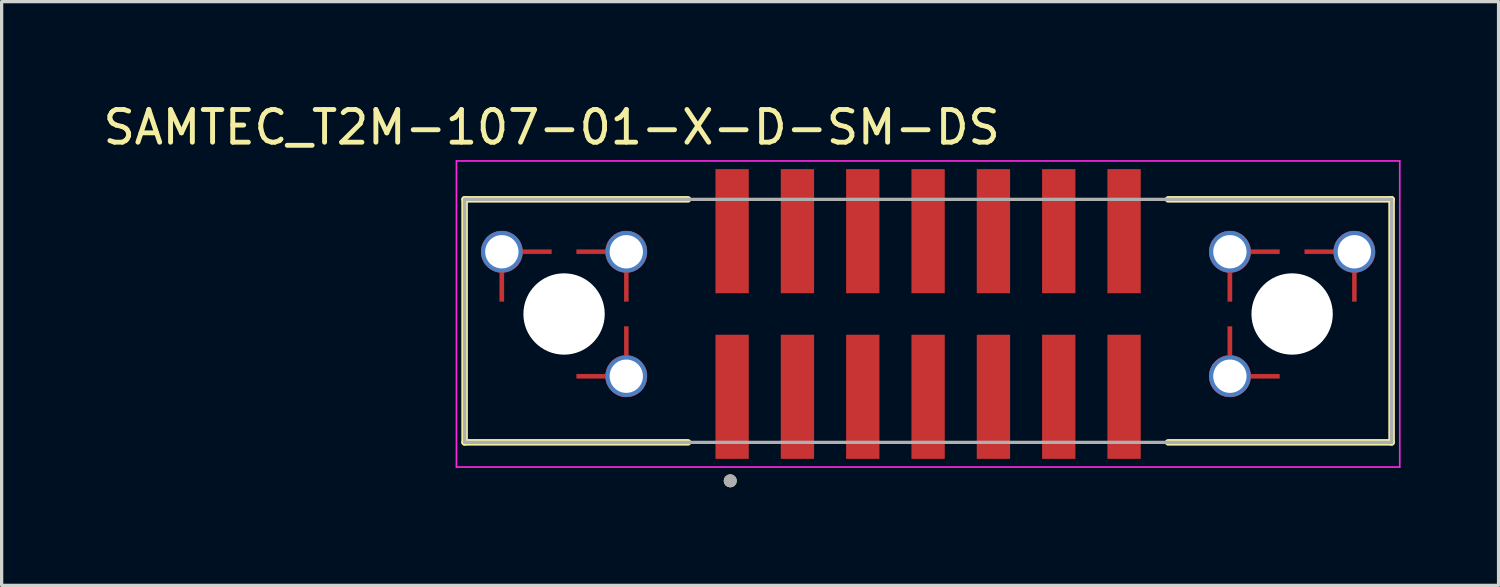
<source format=kicad_pcb>
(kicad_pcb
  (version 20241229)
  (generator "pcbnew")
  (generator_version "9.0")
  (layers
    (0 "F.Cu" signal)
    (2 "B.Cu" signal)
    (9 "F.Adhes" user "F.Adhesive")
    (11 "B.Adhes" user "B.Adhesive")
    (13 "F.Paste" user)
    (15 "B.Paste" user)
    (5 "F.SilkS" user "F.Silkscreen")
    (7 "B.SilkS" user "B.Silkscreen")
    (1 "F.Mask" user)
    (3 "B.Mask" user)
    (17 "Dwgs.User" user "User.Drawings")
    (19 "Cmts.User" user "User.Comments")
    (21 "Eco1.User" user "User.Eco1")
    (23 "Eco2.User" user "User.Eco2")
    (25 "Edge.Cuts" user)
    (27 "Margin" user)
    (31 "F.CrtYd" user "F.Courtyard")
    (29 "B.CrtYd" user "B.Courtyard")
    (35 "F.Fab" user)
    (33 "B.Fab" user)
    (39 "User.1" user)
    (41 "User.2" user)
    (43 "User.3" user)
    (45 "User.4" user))
  (footprint "SAMTEC_T2M-107-01-X-D-SM-DS"
    (layer "F.Cu")
    (at 25.364 6.563)
    (property "Reference" "SAMTEC_T2M-107-01-X-D-SM-DS" (at -11.525 -5.715 0) (layer "F.SilkS") (effects (font (size 1 1) (thickness 0.15))))
    (attr smd)
    (fp_poly (pts (xy -13.685 -1.905) (xy -13.684 -1.938) (xy -13.682 -1.971) (xy -13.677 -2.004) (xy -13.671 -2.037) (xy -13.663 -2.069) (xy -13.654 -2.101) (xy -13.643 -2.133) (xy -13.63 -2.163) (xy -13.616 -2.193) (xy -13.6 -2.223) (xy -13.583 -2.251) (xy -13.564 -2.278) (xy -13.543 -2.305) (xy -13.522 -2.33) (xy -13.499 -2.354) (xy -13.475 -2.377) (xy -13.45 -2.398) (xy -13.423 -2.419) (xy -13.396 -2.438) (xy -13.367 -2.455) (xy -13.338 -2.471) (xy -13.308 -2.485) (xy -13.278 -2.498) (xy -13.246 -2.509) (xy -13.214 -2.518) (xy -13.182 -2.526) (xy -13.149 -2.532) (xy -13.116 -2.537) (xy -13.083 -2.539) (xy -13.05 -2.54) (xy -12.985 -2.54) (xy -12.957 -2.536) (xy -12.928 -2.53) (xy -12.9 -2.524) (xy -12.872 -2.516) (xy -12.845 -2.507) (xy -12.818 -2.496) (xy -12.791 -2.485) (xy -12.765 -2.472) (xy -12.74 -2.458) (xy -12.715 -2.443) (xy -12.691 -2.427) (xy -12.667 -2.41) (xy -12.645 -2.392) (xy -12.623 -2.373) (xy -12.602 -2.353) (xy -12.582 -2.332) (xy -12.563 -2.31) (xy -12.545 -2.288) (xy -12.528 -2.264) (xy -12.512 -2.24) (xy -12.497 -2.215) (xy -12.483 -2.19) (xy -12.47 -2.164) (xy -12.459 -2.137) (xy -12.448 -2.11) (xy -12.439 -2.083) (xy -12.431 -2.055) (xy -12.425 -2.027) (xy -12.419 -1.998) (xy -12.415 -1.97) (xy -11.53 -1.97) (xy -11.53 -1.84) (xy -12.415 -1.84) (xy -12.419 -1.813) (xy -12.424 -1.784) (xy -12.43 -1.755) (xy -12.437 -1.727) (xy -12.446 -1.699) (xy -12.456 -1.672) (xy -12.468 -1.645) (xy -12.48 -1.619) (xy -12.494 -1.593) (xy -12.509 -1.568) (xy -12.525 -1.544) (xy -12.542 -1.52) (xy -12.56 -1.497) (xy -12.579 -1.476) (xy -12.599 -1.454) (xy -12.621 -1.434) (xy -12.642 -1.415) (xy -12.665 -1.397) (xy -12.689 -1.38) (xy -12.713 -1.364) (xy -12.738 -1.349) (xy -12.764 -1.335) (xy -12.79 -1.323) (xy -12.817 -1.311) (xy -12.844 -1.301) (xy -12.872 -1.292) (xy -12.9 -1.285) (xy -12.929 -1.279) (xy -12.958 -1.274) (xy -12.985 -1.27) (xy -12.985 -0.385) (xy -13.115 -0.385) (xy -13.115 -1.27) (xy -13.143 -1.274) (xy -13.172 -1.28) (xy -13.2 -1.286) (xy -13.228 -1.294) (xy -13.255 -1.303) (xy -13.282 -1.314) (xy -13.309 -1.325) (xy -13.335 -1.338) (xy -13.36 -1.352) (xy -13.385 -1.367) (xy -13.409 -1.383) (xy -13.433 -1.4) (xy -13.455 -1.418) (xy -13.477 -1.437) (xy -13.498 -1.457) (xy -13.518 -1.478) (xy -13.537 -1.5) (xy -13.555 -1.522) (xy -13.572 -1.546) (xy -13.588 -1.57) (xy -13.603 -1.595) (xy -13.617 -1.62) (xy -13.63 -1.646) (xy -13.641 -1.673) (xy -13.652 -1.7) (xy -13.661 -1.727) (xy -13.669 -1.755) (xy -13.675 -1.783) (xy -13.681 -1.812) (xy -13.685 -1.84) (xy -13.685 -1.905) (xy -13.56 -1.905) (xy -13.559 -1.878) (xy -13.557 -1.852) (xy -13.554 -1.825) (xy -13.549 -1.799) (xy -13.543 -1.773) (xy -13.535 -1.747) (xy -13.526 -1.722) (xy -13.516 -1.698) (xy -13.504 -1.673) (xy -13.492 -1.65) (xy -13.478 -1.627) (xy -13.463 -1.605) (xy -13.446 -1.584) (xy -13.429 -1.564) (xy -13.411 -1.544) (xy -13.391 -1.526) (xy -13.371 -1.509) (xy -13.35 -1.492) (xy -13.328 -1.477) (xy -13.305 -1.463) (xy -13.282 -1.451) (xy -13.257 -1.439) (xy -13.233 -1.429) (xy -13.208 -1.42) (xy -13.182 -1.412) (xy -13.156 -1.406) (xy -13.13 -1.401) (xy -13.103 -1.398) (xy -13.077 -1.396) (xy -13.05 -1.395) (xy -13.023 -1.396) (xy -12.997 -1.398) (xy -12.97 -1.401) (xy -12.944 -1.406) (xy -12.918 -1.412) (xy -12.892 -1.42) (xy -12.867 -1.429) (xy -12.843 -1.439) (xy -12.818 -1.451) (xy -12.795 -1.463) (xy -12.772 -1.477) (xy -12.75 -1.492) (xy -12.729 -1.509) (xy -12.709 -1.526) (xy -12.689 -1.544) (xy -12.671 -1.564) (xy -12.654 -1.584) (xy -12.637 -1.605) (xy -12.622 -1.627) (xy -12.608 -1.65) (xy -12.596 -1.673) (xy -12.584 -1.698) (xy -12.574 -1.722) (xy -12.565 -1.747) (xy -12.557 -1.773) (xy -12.551 -1.799) (xy -12.546 -1.825) (xy -12.543 -1.852) (xy -12.541 -1.878) (xy -12.54 -1.905) (xy -12.541 -1.932) (xy -12.543 -1.958) (xy -12.546 -1.985) (xy -12.551 -2.011) (xy -12.557 -2.037) (xy -12.565 -2.063) (xy -12.574 -2.088) (xy -12.584 -2.112) (xy -12.596 -2.137) (xy -12.608 -2.16) (xy -12.622 -2.183) (xy -12.637 -2.205) (xy -12.654 -2.226) (xy -12.671 -2.246) (xy -12.689 -2.266) (xy -12.709 -2.284) (xy -12.729 -2.301) (xy -12.75 -2.318) (xy -12.772 -2.333) (xy -12.795 -2.347) (xy -12.818 -2.359) (xy -12.843 -2.371) (xy -12.867 -2.381) (xy -12.892 -2.39) (xy -12.918 -2.398) (xy -12.944 -2.404) (xy -12.97 -2.409) (xy -12.997 -2.412) (xy -13.023 -2.414) (xy -13.05 -2.415) (xy -13.077 -2.414) (xy -13.103 -2.412) (xy -13.13 -2.409) (xy -13.156 -2.404) (xy -13.182 -2.398) (xy -13.208 -2.39) (xy -13.233 -2.381) (xy -13.257 -2.371) (xy -13.282 -2.359) (xy -13.305 -2.347) (xy -13.328 -2.333) (xy -13.35 -2.318) (xy -13.371 -2.301) (xy -13.391 -2.284) (xy -13.411 -2.266) (xy -13.429 -2.246) (xy -13.446 -2.226) (xy -13.463 -2.205) (xy -13.478 -2.183) (xy -13.492 -2.16) (xy -13.504 -2.137) (xy -13.516 -2.112) (xy -13.526 -2.088) (xy -13.535 -2.063) (xy -13.543 -2.037) (xy -13.549 -2.011) (xy -13.554 -1.985) (xy -13.557 -1.958) (xy -13.559 -1.932) (xy -13.56 -1.905) (xy -13.685 -1.905)) (stroke (width 0.01) (type solid)) (fill yes) (layer "F.Cu"))
    (fp_poly (pts (xy -8.605 -1.905) (xy -8.606 -1.938) (xy -8.608 -1.971) (xy -8.613 -2.004) (xy -8.619 -2.037) (xy -8.627 -2.069) (xy -8.636 -2.101) (xy -8.647 -2.133) (xy -8.66 -2.163) (xy -8.674 -2.193) (xy -8.69 -2.223) (xy -8.707 -2.251) (xy -8.726 -2.278) (xy -8.747 -2.305) (xy -8.768 -2.33) (xy -8.791 -2.354) (xy -8.815 -2.377) (xy -8.84 -2.398) (xy -8.867 -2.419) (xy -8.894 -2.438) (xy -8.922 -2.455) (xy -8.952 -2.471) (xy -8.982 -2.485) (xy -9.012 -2.498) (xy -9.044 -2.509) (xy -9.076 -2.518) (xy -9.108 -2.526) (xy -9.141 -2.532) (xy -9.174 -2.537) (xy -9.207 -2.539) (xy -9.24 -2.54) (xy -9.305 -2.54) (xy -9.333 -2.536) (xy -9.362 -2.53) (xy -9.39 -2.524) (xy -9.418 -2.516) (xy -9.445 -2.507) (xy -9.472 -2.496) (xy -9.499 -2.485) (xy -9.525 -2.472) (xy -9.55 -2.458) (xy -9.575 -2.443) (xy -9.599 -2.427) (xy -9.623 -2.41) (xy -9.645 -2.392) (xy -9.667 -2.373) (xy -9.688 -2.353) (xy -9.708 -2.332) (xy -9.727 -2.31) (xy -9.745 -2.288) (xy -9.762 -2.264) (xy -9.778 -2.24) (xy -9.793 -2.215) (xy -9.807 -2.19) (xy -9.82 -2.164) (xy -9.831 -2.137) (xy -9.842 -2.11) (xy -9.851 -2.083) (xy -9.859 -2.055) (xy -9.865 -2.027) (xy -9.871 -1.998) (xy -9.875 -1.97) (xy -10.76 -1.97) (xy -10.76 -1.84) (xy -9.875 -1.84) (xy -9.871 -1.813) (xy -9.866 -1.784) (xy -9.86 -1.755) (xy -9.853 -1.727) (xy -9.844 -1.699) (xy -9.834 -1.672) (xy -9.822 -1.645) (xy -9.81 -1.619) (xy -9.796 -1.593) (xy -9.781 -1.568) (xy -9.765 -1.544) (xy -9.748 -1.52) (xy -9.73 -1.497) (xy -9.711 -1.476) (xy -9.691 -1.454) (xy -9.669 -1.434) (xy -9.648 -1.415) (xy -9.625 -1.397) (xy -9.601 -1.38) (xy -9.577 -1.364) (xy -9.552 -1.349) (xy -9.526 -1.335) (xy -9.5 -1.323) (xy -9.473 -1.311) (xy -9.446 -1.301) (xy -9.418 -1.292) (xy -9.39 -1.285) (xy -9.361 -1.279) (xy -9.332 -1.274) (xy -9.305 -1.27) (xy -9.305 -0.385) (xy -9.175 -0.385) (xy -9.175 -1.27) (xy -9.147 -1.274) (xy -9.118 -1.28) (xy -9.09 -1.286) (xy -9.062 -1.294) (xy -9.035 -1.303) (xy -9.008 -1.314) (xy -8.981 -1.325) (xy -8.955 -1.338) (xy -8.93 -1.352) (xy -8.905 -1.367) (xy -8.881 -1.383) (xy -8.857 -1.4) (xy -8.835 -1.418) (xy -8.813 -1.437) (xy -8.792 -1.457) (xy -8.772 -1.478) (xy -8.753 -1.5) (xy -8.735 -1.522) (xy -8.718 -1.546) (xy -8.702 -1.57) (xy -8.687 -1.595) (xy -8.673 -1.62) (xy -8.66 -1.646) (xy -8.649 -1.673) (xy -8.638 -1.7) (xy -8.629 -1.727) (xy -8.621 -1.755) (xy -8.615 -1.783) (xy -8.609 -1.812) (xy -8.605 -1.84) (xy -8.605 -1.905) (xy -8.73 -1.905) (xy -8.731 -1.878) (xy -8.733 -1.852) (xy -8.736 -1.825) (xy -8.741 -1.799) (xy -8.747 -1.773) (xy -8.755 -1.747) (xy -8.764 -1.722) (xy -8.774 -1.698) (xy -8.786 -1.673) (xy -8.798 -1.65) (xy -8.812 -1.627) (xy -8.827 -1.605) (xy -8.844 -1.584) (xy -8.861 -1.564) (xy -8.879 -1.544) (xy -8.899 -1.526) (xy -8.919 -1.509) (xy -8.94 -1.492) (xy -8.962 -1.477) (xy -8.985 -1.463) (xy -9.008 -1.451) (xy -9.033 -1.439) (xy -9.057 -1.429) (xy -9.082 -1.42) (xy -9.108 -1.412) (xy -9.134 -1.406) (xy -9.16 -1.401) (xy -9.187 -1.398) (xy -9.213 -1.396) (xy -9.24 -1.395) (xy -9.267 -1.396) (xy -9.293 -1.398) (xy -9.32 -1.401) (xy -9.346 -1.406) (xy -9.372 -1.412) (xy -9.398 -1.42) (xy -9.423 -1.429) (xy -9.447 -1.439) (xy -9.472 -1.451) (xy -9.495 -1.463) (xy -9.518 -1.477) (xy -9.54 -1.492) (xy -9.561 -1.509) (xy -9.581 -1.526) (xy -9.601 -1.544) (xy -9.619 -1.564) (xy -9.636 -1.584) (xy -9.653 -1.605) (xy -9.668 -1.627) (xy -9.682 -1.65) (xy -9.694 -1.673) (xy -9.706 -1.698) (xy -9.716 -1.722) (xy -9.725 -1.747) (xy -9.733 -1.773) (xy -9.739 -1.799) (xy -9.744 -1.825) (xy -9.747 -1.852) (xy -9.749 -1.878) (xy -9.75 -1.905) (xy -9.749 -1.932) (xy -9.747 -1.958) (xy -9.744 -1.985) (xy -9.739 -2.011) (xy -9.733 -2.037) (xy -9.725 -2.063) (xy -9.716 -2.088) (xy -9.706 -2.112) (xy -9.694 -2.137) (xy -9.682 -2.16) (xy -9.668 -2.183) (xy -9.653 -2.205) (xy -9.636 -2.226) (xy -9.619 -2.246) (xy -9.601 -2.266) (xy -9.581 -2.284) (xy -9.561 -2.301) (xy -9.54 -2.318) (xy -9.518 -2.333) (xy -9.495 -2.347) (xy -9.472 -2.359) (xy -9.447 -2.371) (xy -9.423 -2.381) (xy -9.398 -2.39) (xy -9.372 -2.398) (xy -9.346 -2.404) (xy -9.32 -2.409) (xy -9.293 -2.412) (xy -9.267 -2.414) (xy -9.24 -2.415) (xy -9.213 -2.414) (xy -9.187 -2.412) (xy -9.16 -2.409) (xy -9.134 -2.404) (xy -9.108 -2.398) (xy -9.082 -2.39) (xy -9.057 -2.381) (xy -9.033 -2.371) (xy -9.008 -2.359) (xy -8.985 -2.347) (xy -8.962 -2.333) (xy -8.94 -2.318) (xy -8.919 -2.301) (xy -8.899 -2.284) (xy -8.879 -2.266) (xy -8.861 -2.246) (xy -8.844 -2.226) (xy -8.827 -2.205) (xy -8.812 -2.183) (xy -8.798 -2.16) (xy -8.786 -2.137) (xy -8.774 -2.112) (xy -8.764 -2.088) (xy -8.755 -2.063) (xy -8.747 -2.037) (xy -8.741 -2.011) (xy -8.736 -1.985) (xy -8.733 -1.958) (xy -8.731 -1.932) (xy -8.73 -1.905) (xy -8.605 -1.905)) (stroke (width 0.01) (type solid)) (fill yes) (layer "F.Cu"))
    (fp_poly (pts (xy -8.605 1.905) (xy -8.606 1.938) (xy -8.608 1.971) (xy -8.613 2.004) (xy -8.619 2.037) (xy -8.627 2.069) (xy -8.636 2.101) (xy -8.647 2.133) (xy -8.66 2.163) (xy -8.674 2.193) (xy -8.69 2.223) (xy -8.707 2.251) (xy -8.726 2.278) (xy -8.747 2.305) (xy -8.768 2.33) (xy -8.791 2.354) (xy -8.815 2.377) (xy -8.84 2.398) (xy -8.867 2.419) (xy -8.894 2.438) (xy -8.922 2.455) (xy -8.952 2.471) (xy -8.982 2.485) (xy -9.012 2.498) (xy -9.044 2.509) (xy -9.076 2.518) (xy -9.108 2.526) (xy -9.141 2.532) (xy -9.174 2.537) (xy -9.207 2.539) (xy -9.24 2.54) (xy -9.305 2.54) (xy -9.333 2.536) (xy -9.362 2.53) (xy -9.39 2.524) (xy -9.418 2.516) (xy -9.445 2.507) (xy -9.472 2.496) (xy -9.499 2.485) (xy -9.525 2.472) (xy -9.55 2.458) (xy -9.575 2.443) (xy -9.599 2.427) (xy -9.623 2.41) (xy -9.645 2.392) (xy -9.667 2.373) (xy -9.688 2.353) (xy -9.708 2.332) (xy -9.727 2.31) (xy -9.745 2.288) (xy -9.762 2.264) (xy -9.778 2.24) (xy -9.793 2.215) (xy -9.807 2.19) (xy -9.82 2.164) (xy -9.831 2.137) (xy -9.842 2.11) (xy -9.851 2.083) (xy -9.859 2.055) (xy -9.865 2.027) (xy -9.871 1.998) (xy -9.875 1.97) (xy -10.76 1.97) (xy -10.76 1.84) (xy -9.875 1.84) (xy -9.871 1.813) (xy -9.866 1.784) (xy -9.86 1.755) (xy -9.853 1.727) (xy -9.844 1.699) (xy -9.834 1.672) (xy -9.822 1.645) (xy -9.81 1.619) (xy -9.796 1.593) (xy -9.781 1.568) (xy -9.765 1.544) (xy -9.748 1.52) (xy -9.73 1.497) (xy -9.711 1.476) (xy -9.691 1.454) (xy -9.669 1.434) (xy -9.648 1.415) (xy -9.625 1.397) (xy -9.601 1.38) (xy -9.577 1.364) (xy -9.552 1.349) (xy -9.526 1.335) (xy -9.5 1.323) (xy -9.473 1.311) (xy -9.446 1.301) (xy -9.418 1.292) (xy -9.39 1.285) (xy -9.361 1.279) (xy -9.332 1.274) (xy -9.305 1.27) (xy -9.305 0.385) (xy -9.175 0.385) (xy -9.175 1.27) (xy -9.147 1.274) (xy -9.118 1.28) (xy -9.09 1.286) (xy -9.062 1.294) (xy -9.035 1.303) (xy -9.008 1.314) (xy -8.981 1.325) (xy -8.955 1.338) (xy -8.93 1.352) (xy -8.905 1.367) (xy -8.881 1.383) (xy -8.857 1.4) (xy -8.835 1.418) (xy -8.813 1.437) (xy -8.792 1.457) (xy -8.772 1.478) (xy -8.753 1.5) (xy -8.735 1.522) (xy -8.718 1.546) (xy -8.702 1.57) (xy -8.687 1.595) (xy -8.673 1.62) (xy -8.66 1.646) (xy -8.649 1.673) (xy -8.638 1.7) (xy -8.629 1.727) (xy -8.621 1.755) (xy -8.615 1.783) (xy -8.609 1.812) (xy -8.605 1.84) (xy -8.605 1.905) (xy -8.73 1.905) (xy -8.731 1.878) (xy -8.733 1.852) (xy -8.736 1.825) (xy -8.741 1.799) (xy -8.747 1.773) (xy -8.755 1.747) (xy -8.764 1.722) (xy -8.774 1.698) (xy -8.786 1.673) (xy -8.798 1.65) (xy -8.812 1.627) (xy -8.827 1.605) (xy -8.844 1.584) (xy -8.861 1.564) (xy -8.879 1.544) (xy -8.899 1.526) (xy -8.919 1.509) (xy -8.94 1.492) (xy -8.962 1.477) (xy -8.985 1.463) (xy -9.008 1.451) (xy -9.033 1.439) (xy -9.057 1.429) (xy -9.082 1.42) (xy -9.108 1.412) (xy -9.134 1.406) (xy -9.16 1.401) (xy -9.187 1.398) (xy -9.213 1.396) (xy -9.24 1.395) (xy -9.267 1.396) (xy -9.293 1.398) (xy -9.32 1.401) (xy -9.346 1.406) (xy -9.372 1.412) (xy -9.398 1.42) (xy -9.423 1.429) (xy -9.447 1.439) (xy -9.472 1.451) (xy -9.495 1.463) (xy -9.518 1.477) (xy -9.54 1.492) (xy -9.561 1.509) (xy -9.581 1.526) (xy -9.601 1.544) (xy -9.619 1.564) (xy -9.636 1.584) (xy -9.653 1.605) (xy -9.668 1.627) (xy -9.682 1.65) (xy -9.694 1.673) (xy -9.706 1.698) (xy -9.716 1.722) (xy -9.725 1.747) (xy -9.733 1.773) (xy -9.739 1.799) (xy -9.744 1.825) (xy -9.747 1.852) (xy -9.749 1.878) (xy -9.75 1.905) (xy -9.749 1.932) (xy -9.747 1.958) (xy -9.744 1.985) (xy -9.739 2.011) (xy -9.733 2.037) (xy -9.725 2.063) (xy -9.716 2.088) (xy -9.706 2.112) (xy -9.694 2.137) (xy -9.682 2.16) (xy -9.668 2.183) (xy -9.653 2.205) (xy -9.636 2.226) (xy -9.619 2.246) (xy -9.601 2.266) (xy -9.581 2.284) (xy -9.561 2.301) (xy -9.54 2.318) (xy -9.518 2.333) (xy -9.495 2.347) (xy -9.472 2.359) (xy -9.447 2.371) (xy -9.423 2.381) (xy -9.398 2.39) (xy -9.372 2.398) (xy -9.346 2.404) (xy -9.32 2.409) (xy -9.293 2.412) (xy -9.267 2.414) (xy -9.24 2.415) (xy -9.213 2.414) (xy -9.187 2.412) (xy -9.16 2.409) (xy -9.134 2.404) (xy -9.108 2.398) (xy -9.082 2.39) (xy -9.057 2.381) (xy -9.033 2.371) (xy -9.008 2.359) (xy -8.985 2.347) (xy -8.962 2.333) (xy -8.94 2.318) (xy -8.919 2.301) (xy -8.899 2.284) (xy -8.879 2.266) (xy -8.861 2.246) (xy -8.844 2.226) (xy -8.827 2.205) (xy -8.812 2.183) (xy -8.798 2.16) (xy -8.786 2.137) (xy -8.774 2.112) (xy -8.764 2.088) (xy -8.755 2.063) (xy -8.747 2.037) (xy -8.741 2.011) (xy -8.736 1.985) (xy -8.733 1.958) (xy -8.731 1.932) (xy -8.73 1.905) (xy -8.605 1.905)) (stroke (width 0.01) (type solid)) (fill yes) (layer "F.Cu"))
    (fp_poly (pts (xy 8.605 -1.905) (xy 8.606 -1.938) (xy 8.608 -1.971) (xy 8.613 -2.004) (xy 8.619 -2.037) (xy 8.627 -2.069) (xy 8.636 -2.101) (xy 8.647 -2.133) (xy 8.66 -2.163) (xy 8.674 -2.193) (xy 8.69 -2.223) (xy 8.707 -2.251) (xy 8.726 -2.278) (xy 8.747 -2.305) (xy 8.768 -2.33) (xy 8.791 -2.354) (xy 8.815 -2.377) (xy 8.84 -2.398) (xy 8.867 -2.419) (xy 8.894 -2.438) (xy 8.923 -2.455) (xy 8.952 -2.471) (xy 8.982 -2.485) (xy 9.012 -2.498) (xy 9.044 -2.509) (xy 9.076 -2.518) (xy 9.108 -2.526) (xy 9.141 -2.532) (xy 9.174 -2.537) (xy 9.207 -2.539) (xy 9.24 -2.54) (xy 9.305 -2.54) (xy 9.333 -2.536) (xy 9.362 -2.53) (xy 9.39 -2.524) (xy 9.418 -2.516) (xy 9.445 -2.507) (xy 9.472 -2.496) (xy 9.499 -2.485) (xy 9.525 -2.472) (xy 9.55 -2.458) (xy 9.575 -2.443) (xy 9.599 -2.427) (xy 9.623 -2.41) (xy 9.645 -2.392) (xy 9.667 -2.373) (xy 9.688 -2.353) (xy 9.708 -2.332) (xy 9.727 -2.31) (xy 9.745 -2.288) (xy 9.762 -2.264) (xy 9.778 -2.24) (xy 9.793 -2.215) (xy 9.807 -2.19) (xy 9.82 -2.164) (xy 9.831 -2.137) (xy 9.842 -2.11) (xy 9.851 -2.083) (xy 9.859 -2.055) (xy 9.865 -2.027) (xy 9.871 -1.998) (xy 9.875 -1.97) (xy 10.76 -1.97) (xy 10.76 -1.84) (xy 9.875 -1.84) (xy 9.871 -1.813) (xy 9.866 -1.784) (xy 9.86 -1.755) (xy 9.853 -1.727) (xy 9.844 -1.699) (xy 9.834 -1.672) (xy 9.822 -1.645) (xy 9.81 -1.619) (xy 9.796 -1.593) (xy 9.781 -1.568) (xy 9.765 -1.544) (xy 9.748 -1.52) (xy 9.73 -1.497) (xy 9.711 -1.476) (xy 9.691 -1.454) (xy 9.669 -1.434) (xy 9.648 -1.415) (xy 9.625 -1.397) (xy 9.601 -1.38) (xy 9.577 -1.364) (xy 9.552 -1.349) (xy 9.526 -1.335) (xy 9.5 -1.323) (xy 9.473 -1.311) (xy 9.446 -1.301) (xy 9.418 -1.292) (xy 9.39 -1.285) (xy 9.361 -1.279) (xy 9.332 -1.274) (xy 9.305 -1.27) (xy 9.305 -0.385) (xy 9.175 -0.385) (xy 9.175 -1.27) (xy 9.147 -1.274) (xy 9.118 -1.28) (xy 9.09 -1.286) (xy 9.062 -1.294) (xy 9.035 -1.303) (xy 9.008 -1.314) (xy 8.981 -1.325) (xy 8.955 -1.338) (xy 8.93 -1.352) (xy 8.905 -1.367) (xy 8.881 -1.383) (xy 8.857 -1.4) (xy 8.835 -1.418) (xy 8.813 -1.437) (xy 8.792 -1.457) (xy 8.772 -1.478) (xy 8.753 -1.5) (xy 8.735 -1.522) (xy 8.718 -1.546) (xy 8.702 -1.57) (xy 8.687 -1.595) (xy 8.673 -1.62) (xy 8.66 -1.646) (xy 8.649 -1.673) (xy 8.638 -1.7) (xy 8.629 -1.727) (xy 8.621 -1.755) (xy 8.615 -1.783) (xy 8.609 -1.812) (xy 8.605 -1.84) (xy 8.605 -1.905) (xy 8.73 -1.905) (xy 8.731 -1.878) (xy 8.733 -1.852) (xy 8.736 -1.825) (xy 8.741 -1.799) (xy 8.747 -1.773) (xy 8.755 -1.747) (xy 8.764 -1.722) (xy 8.774 -1.698) (xy 8.786 -1.673) (xy 8.798 -1.65) (xy 8.812 -1.627) (xy 8.827 -1.605) (xy 8.844 -1.584) (xy 8.861 -1.564) (xy 8.879 -1.544) (xy 8.899 -1.526) (xy 8.919 -1.509) (xy 8.94 -1.492) (xy 8.962 -1.477) (xy 8.985 -1.463) (xy 9.008 -1.451) (xy 9.033 -1.439) (xy 9.057 -1.429) (xy 9.082 -1.42) (xy 9.108 -1.412) (xy 9.134 -1.406) (xy 9.16 -1.401) (xy 9.187 -1.398) (xy 9.213 -1.396) (xy 9.24 -1.395) (xy 9.267 -1.396) (xy 9.293 -1.398) (xy 9.32 -1.401) (xy 9.346 -1.406) (xy 9.372 -1.412) (xy 9.398 -1.42) (xy 9.423 -1.429) (xy 9.447 -1.439) (xy 9.472 -1.451) (xy 9.495 -1.463) (xy 9.518 -1.477) (xy 9.54 -1.492) (xy 9.561 -1.509) (xy 9.581 -1.526) (xy 9.601 -1.544) (xy 9.619 -1.564) (xy 9.636 -1.584) (xy 9.653 -1.605) (xy 9.668 -1.627) (xy 9.682 -1.65) (xy 9.694 -1.673) (xy 9.706 -1.698) (xy 9.716 -1.722) (xy 9.725 -1.747) (xy 9.733 -1.773) (xy 9.739 -1.799) (xy 9.744 -1.825) (xy 9.747 -1.852) (xy 9.749 -1.878) (xy 9.75 -1.905) (xy 9.749 -1.932) (xy 9.747 -1.958) (xy 9.744 -1.985) (xy 9.739 -2.011) (xy 9.733 -2.037) (xy 9.725 -2.063) (xy 9.716 -2.088) (xy 9.706 -2.112) (xy 9.694 -2.137) (xy 9.682 -2.16) (xy 9.668 -2.183) (xy 9.653 -2.205) (xy 9.636 -2.226) (xy 9.619 -2.246) (xy 9.601 -2.266) (xy 9.581 -2.284) (xy 9.561 -2.301) (xy 9.54 -2.318) (xy 9.518 -2.333) (xy 9.495 -2.347) (xy 9.472 -2.359) (xy 9.447 -2.371) (xy 9.423 -2.381) (xy 9.398 -2.39) (xy 9.372 -2.398) (xy 9.346 -2.404) (xy 9.32 -2.409) (xy 9.293 -2.412) (xy 9.267 -2.414) (xy 9.24 -2.415) (xy 9.213 -2.414) (xy 9.187 -2.412) (xy 9.16 -2.409) (xy 9.134 -2.404) (xy 9.108 -2.398) (xy 9.082 -2.39) (xy 9.057 -2.381) (xy 9.033 -2.371) (xy 9.008 -2.359) (xy 8.985 -2.347) (xy 8.962 -2.333) (xy 8.94 -2.318) (xy 8.919 -2.301) (xy 8.899 -2.284) (xy 8.879 -2.266) (xy 8.861 -2.246) (xy 8.844 -2.226) (xy 8.827 -2.205) (xy 8.812 -2.183) (xy 8.798 -2.16) (xy 8.786 -2.137) (xy 8.774 -2.112) (xy 8.764 -2.088) (xy 8.755 -2.063) (xy 8.747 -2.037) (xy 8.741 -2.011) (xy 8.736 -1.985) (xy 8.733 -1.958) (xy 8.731 -1.932) (xy 8.73 -1.905) (xy 8.605 -1.905)) (stroke (width 0.01) (type solid)) (fill yes) (layer "F.Cu"))
    (fp_poly (pts (xy 8.605 1.905) (xy 8.606 1.938) (xy 8.608 1.971) (xy 8.613 2.004) (xy 8.619 2.037) (xy 8.627 2.069) (xy 8.636 2.101) (xy 8.647 2.133) (xy 8.66 2.163) (xy 8.674 2.193) (xy 8.69 2.223) (xy 8.707 2.251) (xy 8.726 2.278) (xy 8.747 2.305) (xy 8.768 2.33) (xy 8.791 2.354) (xy 8.815 2.377) (xy 8.84 2.398) (xy 8.867 2.419) (xy 8.894 2.438) (xy 8.922 2.455) (xy 8.952 2.471) (xy 8.982 2.485) (xy 9.012 2.498) (xy 9.044 2.509) (xy 9.076 2.518) (xy 9.108 2.526) (xy 9.141 2.532) (xy 9.174 2.537) (xy 9.207 2.539) (xy 9.24 2.54) (xy 9.305 2.54) (xy 9.333 2.536) (xy 9.362 2.53) (xy 9.39 2.524) (xy 9.418 2.516) (xy 9.445 2.507) (xy 9.472 2.496) (xy 9.499 2.485) (xy 9.525 2.472) (xy 9.55 2.458) (xy 9.575 2.443) (xy 9.599 2.427) (xy 9.623 2.41) (xy 9.645 2.392) (xy 9.667 2.373) (xy 9.688 2.353) (xy 9.708 2.332) (xy 9.727 2.31) (xy 9.745 2.288) (xy 9.762 2.264) (xy 9.778 2.24) (xy 9.793 2.215) (xy 9.807 2.19) (xy 9.82 2.164) (xy 9.831 2.137) (xy 9.842 2.11) (xy 9.851 2.083) (xy 9.859 2.055) (xy 9.865 2.027) (xy 9.871 1.998) (xy 9.875 1.97) (xy 10.76 1.97) (xy 10.76 1.84) (xy 9.875 1.84) (xy 9.871 1.813) (xy 9.866 1.784) (xy 9.86 1.755) (xy 9.853 1.727) (xy 9.844 1.699) (xy 9.834 1.672) (xy 9.822 1.645) (xy 9.81 1.619) (xy 9.796 1.593) (xy 9.781 1.568) (xy 9.765 1.544) (xy 9.748 1.52) (xy 9.73 1.497) (xy 9.711 1.476) (xy 9.691 1.454) (xy 9.669 1.434) (xy 9.648 1.415) (xy 9.625 1.397) (xy 9.601 1.38) (xy 9.577 1.364) (xy 9.552 1.349) (xy 9.526 1.335) (xy 9.5 1.323) (xy 9.473 1.311) (xy 9.446 1.301) (xy 9.418 1.292) (xy 9.39 1.285) (xy 9.361 1.279) (xy 9.332 1.274) (xy 9.305 1.27) (xy 9.305 0.385) (xy 9.175 0.385) (xy 9.175 1.27) (xy 9.147 1.274) (xy 9.118 1.28) (xy 9.09 1.286) (xy 9.062 1.294) (xy 9.035 1.303) (xy 9.008 1.314) (xy 8.981 1.325) (xy 8.955 1.338) (xy 8.93 1.352) (xy 8.905 1.367) (xy 8.881 1.383) (xy 8.857 1.4) (xy 8.835 1.418) (xy 8.813 1.437) (xy 8.792 1.457) (xy 8.772 1.478) (xy 8.753 1.5) (xy 8.735 1.522) (xy 8.718 1.546) (xy 8.702 1.57) (xy 8.687 1.595) (xy 8.673 1.62) (xy 8.66 1.646) (xy 8.649 1.673) (xy 8.638 1.7) (xy 8.629 1.727) (xy 8.621 1.755) (xy 8.615 1.783) (xy 8.609 1.812) (xy 8.605 1.84) (xy 8.605 1.905) (xy 8.73 1.905) (xy 8.731 1.878) (xy 8.733 1.852) (xy 8.736 1.825) (xy 8.741 1.799) (xy 8.747 1.773) (xy 8.755 1.747) (xy 8.764 1.722) (xy 8.774 1.698) (xy 8.786 1.673) (xy 8.798 1.65) (xy 8.812 1.627) (xy 8.827 1.605) (xy 8.844 1.584) (xy 8.861 1.564) (xy 8.879 1.544) (xy 8.899 1.526) (xy 8.919 1.509) (xy 8.94 1.492) (xy 8.962 1.477) (xy 8.985 1.463) (xy 9.008 1.451) (xy 9.033 1.439) (xy 9.057 1.429) (xy 9.082 1.42) (xy 9.108 1.412) (xy 9.134 1.406) (xy 9.16 1.401) (xy 9.187 1.398) (xy 9.213 1.396) (xy 9.24 1.395) (xy 9.267 1.396) (xy 9.293 1.398) (xy 9.32 1.401) (xy 9.346 1.406) (xy 9.372 1.412) (xy 9.398 1.42) (xy 9.423 1.429) (xy 9.447 1.439) (xy 9.472 1.451) (xy 9.495 1.463) (xy 9.518 1.477) (xy 9.54 1.492) (xy 9.561 1.509) (xy 9.581 1.526) (xy 9.601 1.544) (xy 9.619 1.564) (xy 9.636 1.584) (xy 9.653 1.605) (xy 9.668 1.627) (xy 9.682 1.65) (xy 9.694 1.673) (xy 9.706 1.698) (xy 9.716 1.722) (xy 9.725 1.747) (xy 9.733 1.773) (xy 9.739 1.799) (xy 9.744 1.825) (xy 9.747 1.852) (xy 9.749 1.878) (xy 9.75 1.905) (xy 9.749 1.932) (xy 9.747 1.958) (xy 9.744 1.985) (xy 9.739 2.011) (xy 9.733 2.037) (xy 9.725 2.063) (xy 9.716 2.088) (xy 9.706 2.112) (xy 9.694 2.137) (xy 9.682 2.16) (xy 9.668 2.183) (xy 9.653 2.205) (xy 9.636 2.226) (xy 9.619 2.246) (xy 9.601 2.266) (xy 9.581 2.284) (xy 9.561 2.301) (xy 9.54 2.318) (xy 9.518 2.333) (xy 9.495 2.347) (xy 9.472 2.359) (xy 9.447 2.371) (xy 9.423 2.381) (xy 9.398 2.39) (xy 9.372 2.398) (xy 9.346 2.404) (xy 9.32 2.409) (xy 9.293 2.412) (xy 9.267 2.414) (xy 9.24 2.415) (xy 9.213 2.414) (xy 9.187 2.412) (xy 9.16 2.409) (xy 9.134 2.404) (xy 9.108 2.398) (xy 9.082 2.39) (xy 9.057 2.381) (xy 9.033 2.371) (xy 9.008 2.359) (xy 8.985 2.347) (xy 8.962 2.333) (xy 8.94 2.318) (xy 8.919 2.301) (xy 8.899 2.284) (xy 8.879 2.266) (xy 8.861 2.246) (xy 8.844 2.226) (xy 8.827 2.205) (xy 8.812 2.183) (xy 8.798 2.16) (xy 8.786 2.137) (xy 8.774 2.112) (xy 8.764 2.088) (xy 8.755 2.063) (xy 8.747 2.037) (xy 8.741 2.011) (xy 8.736 1.985) (xy 8.733 1.958) (xy 8.731 1.932) (xy 8.73 1.905) (xy 8.605 1.905)) (stroke (width 0.01) (type solid)) (fill yes) (layer "F.Cu"))
    (fp_poly (pts (xy 13.685 -1.905) (xy 13.684 -1.938) (xy 13.682 -1.971) (xy 13.677 -2.004) (xy 13.671 -2.037) (xy 13.663 -2.069) (xy 13.654 -2.101) (xy 13.643 -2.133) (xy 13.63 -2.163) (xy 13.616 -2.193) (xy 13.6 -2.223) (xy 13.583 -2.251) (xy 13.564 -2.278) (xy 13.543 -2.305) (xy 13.522 -2.33) (xy 13.499 -2.354) (xy 13.475 -2.377) (xy 13.45 -2.398) (xy 13.423 -2.419) (xy 13.396 -2.438) (xy 13.367 -2.455) (xy 13.338 -2.471) (xy 13.308 -2.485) (xy 13.278 -2.498) (xy 13.246 -2.509) (xy 13.214 -2.518) (xy 13.182 -2.526) (xy 13.149 -2.532) (xy 13.116 -2.537) (xy 13.083 -2.539) (xy 13.05 -2.54) (xy 12.985 -2.54) (xy 12.957 -2.536) (xy 12.928 -2.53) (xy 12.9 -2.524) (xy 12.872 -2.516) (xy 12.845 -2.507) (xy 12.818 -2.496) (xy 12.791 -2.485) (xy 12.765 -2.472) (xy 12.74 -2.458) (xy 12.715 -2.443) (xy 12.691 -2.427) (xy 12.667 -2.41) (xy 12.645 -2.392) (xy 12.623 -2.373) (xy 12.602 -2.353) (xy 12.582 -2.332) (xy 12.563 -2.31) (xy 12.545 -2.288) (xy 12.528 -2.264) (xy 12.512 -2.24) (xy 12.497 -2.215) (xy 12.483 -2.19) (xy 12.47 -2.164) (xy 12.459 -2.137) (xy 12.448 -2.11) (xy 12.439 -2.083) (xy 12.431 -2.055) (xy 12.425 -2.027) (xy 12.419 -1.998) (xy 12.415 -1.97) (xy 11.53 -1.97) (xy 11.53 -1.84) (xy 12.415 -1.84) (xy 12.419 -1.813) (xy 12.424 -1.784) (xy 12.43 -1.755) (xy 12.437 -1.727) (xy 12.446 -1.699) (xy 12.456 -1.672) (xy 12.468 -1.645) (xy 12.48 -1.619) (xy 12.494 -1.593) (xy 12.509 -1.568) (xy 12.525 -1.544) (xy 12.542 -1.52) (xy 12.56 -1.497) (xy 12.579 -1.476) (xy 12.599 -1.454) (xy 12.621 -1.434) (xy 12.642 -1.415) (xy 12.665 -1.397) (xy 12.689 -1.38) (xy 12.713 -1.364) (xy 12.738 -1.349) (xy 12.764 -1.335) (xy 12.79 -1.323) (xy 12.817 -1.311) (xy 12.844 -1.301) (xy 12.872 -1.292) (xy 12.9 -1.285) (xy 12.929 -1.279) (xy 12.958 -1.274) (xy 12.985 -1.27) (xy 12.985 -0.385) (xy 13.115 -0.385) (xy 13.115 -1.27) (xy 13.143 -1.274) (xy 13.172 -1.28) (xy 13.2 -1.286) (xy 13.228 -1.294) (xy 13.255 -1.303) (xy 13.282 -1.314) (xy 13.309 -1.325) (xy 13.335 -1.338) (xy 13.36 -1.352) (xy 13.385 -1.367) (xy 13.409 -1.383) (xy 13.433 -1.4) (xy 13.455 -1.418) (xy 13.477 -1.437) (xy 13.498 -1.457) (xy 13.518 -1.478) (xy 13.537 -1.5) (xy 13.555 -1.522) (xy 13.572 -1.546) (xy 13.588 -1.57) (xy 13.603 -1.595) (xy 13.617 -1.62) (xy 13.63 -1.646) (xy 13.641 -1.673) (xy 13.652 -1.7) (xy 13.661 -1.727) (xy 13.669 -1.755) (xy 13.675 -1.783) (xy 13.681 -1.812) (xy 13.685 -1.84) (xy 13.685 -1.905) (xy 13.56 -1.905) (xy 13.559 -1.878) (xy 13.557 -1.852) (xy 13.554 -1.825) (xy 13.549 -1.799) (xy 13.543 -1.773) (xy 13.535 -1.747) (xy 13.526 -1.722) (xy 13.516 -1.698) (xy 13.504 -1.673) (xy 13.492 -1.65) (xy 13.478 -1.627) (xy 13.463 -1.605) (xy 13.446 -1.584) (xy 13.429 -1.564) (xy 13.411 -1.544) (xy 13.391 -1.526) (xy 13.371 -1.509) (xy 13.35 -1.492) (xy 13.328 -1.477) (xy 13.305 -1.463) (xy 13.282 -1.451) (xy 13.257 -1.439) (xy 13.233 -1.429) (xy 13.208 -1.42) (xy 13.182 -1.412) (xy 13.156 -1.406) (xy 13.13 -1.401) (xy 13.103 -1.398) (xy 13.077 -1.396) (xy 13.05 -1.395) (xy 13.023 -1.396) (xy 12.997 -1.398) (xy 12.97 -1.401) (xy 12.944 -1.406) (xy 12.918 -1.412) (xy 12.892 -1.42) (xy 12.867 -1.429) (xy 12.843 -1.439) (xy 12.818 -1.451) (xy 12.795 -1.463) (xy 12.772 -1.477) (xy 12.75 -1.492) (xy 12.729 -1.509) (xy 12.709 -1.526) (xy 12.689 -1.544) (xy 12.671 -1.564) (xy 12.654 -1.584) (xy 12.637 -1.605) (xy 12.622 -1.627) (xy 12.608 -1.65) (xy 12.596 -1.673) (xy 12.584 -1.698) (xy 12.574 -1.722) (xy 12.565 -1.747) (xy 12.557 -1.773) (xy 12.551 -1.799) (xy 12.546 -1.825) (xy 12.543 -1.852) (xy 12.541 -1.878) (xy 12.54 -1.905) (xy 12.541 -1.932) (xy 12.543 -1.958) (xy 12.546 -1.985) (xy 12.551 -2.011) (xy 12.557 -2.037) (xy 12.565 -2.063) (xy 12.574 -2.088) (xy 12.584 -2.112) (xy 12.596 -2.137) (xy 12.608 -2.16) (xy 12.622 -2.183) (xy 12.637 -2.205) (xy 12.654 -2.226) (xy 12.671 -2.246) (xy 12.689 -2.266) (xy 12.709 -2.284) (xy 12.729 -2.301) (xy 12.75 -2.318) (xy 12.772 -2.333) (xy 12.795 -2.347) (xy 12.818 -2.359) (xy 12.843 -2.371) (xy 12.867 -2.381) (xy 12.892 -2.39) (xy 12.918 -2.398) (xy 12.944 -2.404) (xy 12.97 -2.409) (xy 12.997 -2.412) (xy 13.023 -2.414) (xy 13.05 -2.415) (xy 13.077 -2.414) (xy 13.103 -2.412) (xy 13.13 -2.409) (xy 13.156 -2.404) (xy 13.182 -2.398) (xy 13.208 -2.39) (xy 13.233 -2.381) (xy 13.257 -2.371) (xy 13.282 -2.359) (xy 13.305 -2.347) (xy 13.328 -2.333) (xy 13.35 -2.318) (xy 13.371 -2.301) (xy 13.391 -2.284) (xy 13.411 -2.266) (xy 13.429 -2.246) (xy 13.446 -2.226) (xy 13.463 -2.205) (xy 13.478 -2.183) (xy 13.492 -2.16) (xy 13.504 -2.137) (xy 13.516 -2.112) (xy 13.526 -2.088) (xy 13.535 -2.063) (xy 13.543 -2.037) (xy 13.549 -2.011) (xy 13.554 -1.985) (xy 13.557 -1.958) (xy 13.559 -1.932) (xy 13.56 -1.905) (xy 13.685 -1.905)) (stroke (width 0.01) (type solid)) (fill yes) (layer "F.Cu"))
    (fp_poly (pts (xy -13.05 -2.64) (xy -12.9 -2.63) (xy -12.872 -2.623) (xy -12.845 -2.615) (xy -12.818 -2.606) (xy -12.792 -2.597) (xy -12.766 -2.586) (xy -12.741 -2.574) (xy -12.716 -2.562) (xy -12.691 -2.548) (xy -12.667 -2.534) (xy -12.644 -2.519) (xy -12.621 -2.503) (xy -12.599 -2.486) (xy -12.577 -2.468) (xy -12.556 -2.45) (xy -12.536 -2.43) (xy -12.516 -2.411) (xy -12.497 -2.39) (xy -12.479 -2.369) (xy -12.462 -2.347) (xy -12.446 -2.324) (xy -12.43 -2.301) (xy -12.415 -2.277) (xy -12.401 -2.253) (xy -12.388 -2.228) (xy -12.376 -2.203) (xy -12.365 -2.177) (xy -12.355 -2.151) (xy -12.346 -2.125) (xy -12.337 -2.098) (xy -12.33 -2.07) (xy -11.43 -2.07) (xy -11.43 -1.74) (xy -12.33 -1.74) (xy -12.338 -1.711) (xy -12.347 -1.685) (xy -12.356 -1.659) (xy -12.366 -1.634) (xy -12.377 -1.609) (xy -12.389 -1.585) (xy -12.402 -1.561) (xy -12.416 -1.537) (xy -12.43 -1.514) (xy -12.445 -1.492) (xy -12.461 -1.47) (xy -12.478 -1.448) (xy -12.495 -1.427) (xy -12.514 -1.407) (xy -12.533 -1.388) (xy -12.552 -1.369) (xy -12.572 -1.35) (xy -12.593 -1.333) (xy -12.615 -1.316) (xy -12.637 -1.3) (xy -12.659 -1.285) (xy -12.682 -1.271) (xy -12.706 -1.257) (xy -12.73 -1.244) (xy -12.754 -1.232) (xy -12.779 -1.221) (xy -12.804 -1.211) (xy -12.83 -1.202) (xy -12.856 -1.193) (xy -12.885 -1.185) (xy -12.885 -0.285) (xy -13.215 -0.285) (xy -13.215 -1.185) (xy -13.24 -1.192) (xy -13.267 -1.2) (xy -13.293 -1.209) (xy -13.319 -1.219) (xy -13.344 -1.23) (xy -13.369 -1.242) (xy -13.394 -1.255) (xy -13.418 -1.269) (xy -13.442 -1.284) (xy -13.465 -1.299) (xy -13.487 -1.316) (xy -13.509 -1.333) (xy -13.53 -1.351) (xy -13.551 -1.369) (xy -13.571 -1.389) (xy -13.59 -1.409) (xy -13.608 -1.43) (xy -13.626 -1.452) (xy -13.643 -1.474) (xy -13.659 -1.496) (xy -13.674 -1.52) (xy -13.688 -1.544) (xy -13.701 -1.568) (xy -13.714 -1.593) (xy -13.725 -1.618) (xy -13.736 -1.644) (xy -13.746 -1.67) (xy -13.754 -1.696) (xy -13.762 -1.723) (xy -13.77 -1.755) (xy -13.785 -1.905) (xy -13.784 -1.943) (xy -13.781 -1.982) (xy -13.776 -2.02) (xy -13.769 -2.058) (xy -13.76 -2.095) (xy -13.749 -2.132) (xy -13.736 -2.168) (xy -13.721 -2.204) (xy -13.705 -2.239) (xy -13.687 -2.272) (xy -13.666 -2.305) (xy -13.645 -2.337) (xy -13.621 -2.368) (xy -13.596 -2.397) (xy -13.57 -2.425) (xy -13.542 -2.451) (xy -13.513 -2.476) (xy -13.482 -2.5) (xy -13.45 -2.521) (xy -13.418 -2.542) (xy -13.384 -2.56) (xy -13.349 -2.576) (xy -13.313 -2.591) (xy -13.277 -2.604) (xy -13.24 -2.615) (xy -13.203 -2.624) (xy -13.165 -2.631) (xy -13.127 -2.636) (xy -13.088 -2.639) (xy -13.05 -2.64)) (stroke (width 0.01) (type solid)) (fill yes) (layer "F.Mask"))
    (fp_poly (pts (xy -9.24 -2.64) (xy -9.39 -2.63) (xy -9.418 -2.623) (xy -9.445 -2.615) (xy -9.472 -2.606) (xy -9.498 -2.597) (xy -9.524 -2.586) (xy -9.549 -2.574) (xy -9.574 -2.562) (xy -9.599 -2.548) (xy -9.623 -2.534) (xy -9.646 -2.519) (xy -9.669 -2.503) (xy -9.691 -2.486) (xy -9.713 -2.468) (xy -9.734 -2.45) (xy -9.754 -2.43) (xy -9.774 -2.411) (xy -9.793 -2.39) (xy -9.811 -2.369) (xy -9.828 -2.347) (xy -9.844 -2.324) (xy -9.86 -2.301) (xy -9.875 -2.277) (xy -9.889 -2.253) (xy -9.902 -2.228) (xy -9.914 -2.203) (xy -9.925 -2.177) (xy -9.935 -2.151) (xy -9.944 -2.125) (xy -9.953 -2.098) (xy -9.96 -2.07) (xy -10.86 -2.07) (xy -10.86 -1.74) (xy -9.96 -1.74) (xy -9.952 -1.711) (xy -9.943 -1.685) (xy -9.934 -1.659) (xy -9.924 -1.634) (xy -9.913 -1.609) (xy -9.901 -1.585) (xy -9.888 -1.561) (xy -9.874 -1.537) (xy -9.86 -1.514) (xy -9.845 -1.492) (xy -9.829 -1.47) (xy -9.812 -1.448) (xy -9.795 -1.427) (xy -9.776 -1.407) (xy -9.757 -1.388) (xy -9.738 -1.369) (xy -9.718 -1.35) (xy -9.697 -1.333) (xy -9.675 -1.316) (xy -9.653 -1.3) (xy -9.631 -1.285) (xy -9.608 -1.271) (xy -9.584 -1.257) (xy -9.56 -1.244) (xy -9.536 -1.232) (xy -9.511 -1.221) (xy -9.486 -1.211) (xy -9.46 -1.202) (xy -9.434 -1.193) (xy -9.405 -1.185) (xy -9.405 -0.285) (xy -9.075 -0.285) (xy -9.075 -1.185) (xy -9.05 -1.192) (xy -9.023 -1.2) (xy -8.997 -1.209) (xy -8.971 -1.219) (xy -8.946 -1.23) (xy -8.921 -1.242) (xy -8.896 -1.255) (xy -8.872 -1.269) (xy -8.848 -1.284) (xy -8.825 -1.299) (xy -8.803 -1.316) (xy -8.781 -1.333) (xy -8.76 -1.351) (xy -8.739 -1.369) (xy -8.719 -1.389) (xy -8.7 -1.409) (xy -8.682 -1.43) (xy -8.664 -1.452) (xy -8.647 -1.474) (xy -8.631 -1.496) (xy -8.616 -1.52) (xy -8.602 -1.544) (xy -8.589 -1.568) (xy -8.576 -1.593) (xy -8.565 -1.618) (xy -8.554 -1.644) (xy -8.544 -1.67) (xy -8.536 -1.696) (xy -8.528 -1.723) (xy -8.52 -1.755) (xy -8.505 -1.905) (xy -8.506 -1.943) (xy -8.509 -1.982) (xy -8.514 -2.02) (xy -8.521 -2.058) (xy -8.53 -2.095) (xy -8.541 -2.132) (xy -8.554 -2.168) (xy -8.569 -2.204) (xy -8.585 -2.239) (xy -8.603 -2.272) (xy -8.624 -2.305) (xy -8.645 -2.337) (xy -8.669 -2.368) (xy -8.694 -2.397) (xy -8.72 -2.425) (xy -8.748 -2.451) (xy -8.777 -2.476) (xy -8.808 -2.5) (xy -8.84 -2.521) (xy -8.873 -2.542) (xy -8.906 -2.56) (xy -8.941 -2.576) (xy -8.977 -2.591) (xy -9.013 -2.604) (xy -9.05 -2.615) (xy -9.087 -2.624) (xy -9.125 -2.631) (xy -9.163 -2.636) (xy -9.202 -2.639) (xy -9.24 -2.64)) (stroke (width 0.01) (type solid)) (fill yes) (layer "F.Mask"))
    (fp_poly (pts (xy -9.24 2.64) (xy -9.39 2.63) (xy -9.418 2.623) (xy -9.445 2.615) (xy -9.472 2.606) (xy -9.498 2.597) (xy -9.524 2.586) (xy -9.549 2.574) (xy -9.574 2.562) (xy -9.599 2.548) (xy -9.623 2.534) (xy -9.646 2.519) (xy -9.669 2.503) (xy -9.691 2.486) (xy -9.713 2.468) (xy -9.734 2.45) (xy -9.754 2.43) (xy -9.774 2.411) (xy -9.793 2.39) (xy -9.811 2.369) (xy -9.828 2.347) (xy -9.844 2.324) (xy -9.86 2.301) (xy -9.875 2.277) (xy -9.889 2.253) (xy -9.902 2.228) (xy -9.914 2.203) (xy -9.925 2.177) (xy -9.935 2.151) (xy -9.944 2.125) (xy -9.953 2.098) (xy -9.96 2.07) (xy -10.86 2.07) (xy -10.86 1.74) (xy -9.96 1.74) (xy -9.952 1.711) (xy -9.943 1.685) (xy -9.934 1.659) (xy -9.924 1.634) (xy -9.913 1.609) (xy -9.901 1.585) (xy -9.888 1.561) (xy -9.874 1.537) (xy -9.86 1.514) (xy -9.845 1.492) (xy -9.829 1.47) (xy -9.812 1.448) (xy -9.795 1.427) (xy -9.776 1.407) (xy -9.757 1.388) (xy -9.738 1.369) (xy -9.718 1.35) (xy -9.697 1.333) (xy -9.675 1.316) (xy -9.653 1.3) (xy -9.631 1.285) (xy -9.608 1.271) (xy -9.584 1.257) (xy -9.56 1.244) (xy -9.536 1.232) (xy -9.511 1.221) (xy -9.486 1.211) (xy -9.46 1.202) (xy -9.434 1.193) (xy -9.405 1.185) (xy -9.405 0.285) (xy -9.075 0.285) (xy -9.075 1.185) (xy -9.05 1.192) (xy -9.023 1.2) (xy -8.997 1.209) (xy -8.971 1.219) (xy -8.946 1.23) (xy -8.921 1.242) (xy -8.896 1.255) (xy -8.872 1.269) (xy -8.848 1.284) (xy -8.825 1.299) (xy -8.803 1.316) (xy -8.781 1.333) (xy -8.76 1.351) (xy -8.739 1.369) (xy -8.719 1.389) (xy -8.7 1.409) (xy -8.682 1.43) (xy -8.664 1.452) (xy -8.647 1.474) (xy -8.631 1.496) (xy -8.616 1.52) (xy -8.602 1.544) (xy -8.589 1.568) (xy -8.576 1.593) (xy -8.565 1.618) (xy -8.554 1.644) (xy -8.544 1.67) (xy -8.536 1.696) (xy -8.528 1.723) (xy -8.52 1.755) (xy -8.505 1.905) (xy -8.506 1.943) (xy -8.509 1.982) (xy -8.514 2.02) (xy -8.521 2.058) (xy -8.53 2.095) (xy -8.541 2.132) (xy -8.554 2.168) (xy -8.569 2.204) (xy -8.585 2.239) (xy -8.603 2.272) (xy -8.624 2.305) (xy -8.645 2.337) (xy -8.669 2.368) (xy -8.694 2.397) (xy -8.72 2.425) (xy -8.748 2.451) (xy -8.777 2.476) (xy -8.808 2.5) (xy -8.84 2.521) (xy -8.873 2.542) (xy -8.906 2.56) (xy -8.941 2.576) (xy -8.977 2.591) (xy -9.013 2.604) (xy -9.05 2.615) (xy -9.087 2.624) (xy -9.125 2.631) (xy -9.163 2.636) (xy -9.202 2.639) (xy -9.24 2.64)) (stroke (width 0.01) (type solid)) (fill yes) (layer "F.Mask"))
    (fp_poly (pts (xy 9.24 -2.64) (xy 9.39 -2.63) (xy 9.418 -2.623) (xy 9.445 -2.615) (xy 9.472 -2.606) (xy 9.498 -2.597) (xy 9.524 -2.586) (xy 9.549 -2.574) (xy 9.574 -2.562) (xy 9.599 -2.548) (xy 9.623 -2.534) (xy 9.646 -2.519) (xy 9.669 -2.503) (xy 9.691 -2.486) (xy 9.713 -2.468) (xy 9.734 -2.45) (xy 9.754 -2.43) (xy 9.774 -2.411) (xy 9.793 -2.39) (xy 9.811 -2.369) (xy 9.828 -2.347) (xy 9.844 -2.324) (xy 9.86 -2.301) (xy 9.875 -2.277) (xy 9.889 -2.253) (xy 9.902 -2.228) (xy 9.914 -2.203) (xy 9.925 -2.177) (xy 9.935 -2.151) (xy 9.944 -2.125) (xy 9.953 -2.098) (xy 9.96 -2.07) (xy 10.86 -2.07) (xy 10.86 -1.74) (xy 9.96 -1.74) (xy 9.952 -1.711) (xy 9.943 -1.685) (xy 9.934 -1.659) (xy 9.924 -1.634) (xy 9.913 -1.609) (xy 9.901 -1.585) (xy 9.888 -1.561) (xy 9.874 -1.537) (xy 9.86 -1.514) (xy 9.845 -1.492) (xy 9.829 -1.47) (xy 9.812 -1.448) (xy 9.795 -1.427) (xy 9.776 -1.407) (xy 9.757 -1.388) (xy 9.738 -1.369) (xy 9.718 -1.35) (xy 9.697 -1.333) (xy 9.675 -1.316) (xy 9.653 -1.3) (xy 9.631 -1.285) (xy 9.608 -1.271) (xy 9.584 -1.257) (xy 9.56 -1.244) (xy 9.536 -1.232) (xy 9.511 -1.221) (xy 9.486 -1.211) (xy 9.46 -1.202) (xy 9.434 -1.193) (xy 9.405 -1.185) (xy 9.405 -0.285) (xy 9.075 -0.285) (xy 9.075 -1.185) (xy 9.05 -1.192) (xy 9.023 -1.2) (xy 8.997 -1.209) (xy 8.971 -1.219) (xy 8.946 -1.23) (xy 8.921 -1.242) (xy 8.896 -1.255) (xy 8.872 -1.269) (xy 8.848 -1.284) (xy 8.825 -1.299) (xy 8.803 -1.316) (xy 8.781 -1.333) (xy 8.76 -1.351) (xy 8.739 -1.369) (xy 8.719 -1.389) (xy 8.7 -1.409) (xy 8.682 -1.43) (xy 8.664 -1.452) (xy 8.647 -1.474) (xy 8.631 -1.496) (xy 8.616 -1.52) (xy 8.602 -1.544) (xy 8.589 -1.568) (xy 8.576 -1.593) (xy 8.565 -1.618) (xy 8.554 -1.644) (xy 8.544 -1.67) (xy 8.536 -1.696) (xy 8.528 -1.723) (xy 8.52 -1.755) (xy 8.505 -1.905) (xy 8.506 -1.943) (xy 8.509 -1.982) (xy 8.514 -2.02) (xy 8.521 -2.058) (xy 8.53 -2.095) (xy 8.541 -2.132) (xy 8.554 -2.168) (xy 8.569 -2.204) (xy 8.585 -2.239) (xy 8.603 -2.272) (xy 8.624 -2.305) (xy 8.645 -2.337) (xy 8.669 -2.368) (xy 8.694 -2.397) (xy 8.72 -2.425) (xy 8.748 -2.451) (xy 8.777 -2.476) (xy 8.808 -2.5) (xy 8.84 -2.521) (xy 8.873 -2.542) (xy 8.906 -2.56) (xy 8.941 -2.576) (xy 8.977 -2.591) (xy 9.013 -2.604) (xy 9.05 -2.615) (xy 9.087 -2.624) (xy 9.125 -2.631) (xy 9.163 -2.636) (xy 9.202 -2.639) (xy 9.24 -2.64)) (stroke (width 0.01) (type solid)) (fill yes) (layer "F.Mask"))
    (fp_poly (pts (xy 9.24 2.64) (xy 9.39 2.63) (xy 9.418 2.623) (xy 9.445 2.615) (xy 9.472 2.606) (xy 9.498 2.597) (xy 9.524 2.586) (xy 9.549 2.574) (xy 9.574 2.562) (xy 9.599 2.548) (xy 9.623 2.534) (xy 9.646 2.519) (xy 9.669 2.503) (xy 9.691 2.486) (xy 9.713 2.468) (xy 9.734 2.45) (xy 9.754 2.43) (xy 9.774 2.411) (xy 9.793 2.39) (xy 9.811 2.369) (xy 9.828 2.347) (xy 9.844 2.324) (xy 9.86 2.301) (xy 9.875 2.277) (xy 9.889 2.253) (xy 9.902 2.228) (xy 9.914 2.203) (xy 9.925 2.177) (xy 9.935 2.151) (xy 9.944 2.125) (xy 9.953 2.098) (xy 9.96 2.07) (xy 10.86 2.07) (xy 10.86 1.74) (xy 9.96 1.74) (xy 9.952 1.711) (xy 9.943 1.685) (xy 9.934 1.659) (xy 9.924 1.634) (xy 9.913 1.609) (xy 9.901 1.585) (xy 9.888 1.561) (xy 9.874 1.537) (xy 9.86 1.514) (xy 9.845 1.492) (xy 9.829 1.47) (xy 9.812 1.448) (xy 9.795 1.427) (xy 9.776 1.407) (xy 9.757 1.388) (xy 9.738 1.369) (xy 9.718 1.35) (xy 9.697 1.333) (xy 9.675 1.316) (xy 9.653 1.3) (xy 9.631 1.285) (xy 9.608 1.271) (xy 9.584 1.257) (xy 9.56 1.244) (xy 9.536 1.232) (xy 9.511 1.221) (xy 9.486 1.211) (xy 9.46 1.202) (xy 9.434 1.193) (xy 9.405 1.185) (xy 9.405 0.285) (xy 9.075 0.285) (xy 9.075 1.185) (xy 9.05 1.192) (xy 9.023 1.2) (xy 8.997 1.209) (xy 8.971 1.219) (xy 8.946 1.23) (xy 8.921 1.242) (xy 8.896 1.255) (xy 8.872 1.269) (xy 8.848 1.284) (xy 8.825 1.299) (xy 8.803 1.316) (xy 8.781 1.333) (xy 8.76 1.351) (xy 8.739 1.369) (xy 8.719 1.389) (xy 8.7 1.409) (xy 8.682 1.43) (xy 8.664 1.452) (xy 8.647 1.474) (xy 8.631 1.496) (xy 8.616 1.52) (xy 8.602 1.544) (xy 8.589 1.568) (xy 8.576 1.593) (xy 8.565 1.618) (xy 8.554 1.644) (xy 8.544 1.67) (xy 8.536 1.696) (xy 8.528 1.723) (xy 8.52 1.755) (xy 8.505 1.905) (xy 8.506 1.943) (xy 8.509 1.982) (xy 8.514 2.02) (xy 8.521 2.058) (xy 8.53 2.095) (xy 8.541 2.132) (xy 8.554 2.168) (xy 8.569 2.204) (xy 8.585 2.239) (xy 8.603 2.273) (xy 8.624 2.305) (xy 8.645 2.337) (xy 8.669 2.368) (xy 8.694 2.397) (xy 8.72 2.425) (xy 8.748 2.451) (xy 8.777 2.476) (xy 8.808 2.5) (xy 8.84 2.521) (xy 8.873 2.542) (xy 8.906 2.56) (xy 8.941 2.576) (xy 8.977 2.591) (xy 9.013 2.604) (xy 9.05 2.615) (xy 9.087 2.624) (xy 9.125 2.631) (xy 9.163 2.636) (xy 9.202 2.639) (xy 9.24 2.64)) (stroke (width 0.01) (type solid)) (fill yes) (layer "F.Mask"))
    (fp_poly (pts (xy 13.05 -2.64) (xy 12.9 -2.63) (xy 12.872 -2.623) (xy 12.845 -2.615) (xy 12.818 -2.606) (xy 12.792 -2.597) (xy 12.766 -2.586) (xy 12.741 -2.574) (xy 12.716 -2.562) (xy 12.691 -2.548) (xy 12.667 -2.534) (xy 12.644 -2.519) (xy 12.621 -2.503) (xy 12.599 -2.486) (xy 12.577 -2.468) (xy 12.556 -2.45) (xy 12.536 -2.43) (xy 12.516 -2.411) (xy 12.497 -2.39) (xy 12.479 -2.369) (xy 12.462 -2.347) (xy 12.446 -2.324) (xy 12.43 -2.301) (xy 12.415 -2.277) (xy 12.401 -2.253) (xy 12.388 -2.228) (xy 12.376 -2.203) (xy 12.365 -2.177) (xy 12.355 -2.151) (xy 12.346 -2.125) (xy 12.337 -2.098) (xy 12.33 -2.07) (xy 11.43 -2.07) (xy 11.43 -1.74) (xy 12.33 -1.74) (xy 12.338 -1.711) (xy 12.347 -1.685) (xy 12.356 -1.659) (xy 12.366 -1.634) (xy 12.377 -1.609) (xy 12.389 -1.585) (xy 12.402 -1.561) (xy 12.416 -1.537) (xy 12.43 -1.514) (xy 12.445 -1.492) (xy 12.461 -1.47) (xy 12.478 -1.448) (xy 12.495 -1.427) (xy 12.514 -1.407) (xy 12.533 -1.388) (xy 12.552 -1.369) (xy 12.572 -1.35) (xy 12.593 -1.333) (xy 12.615 -1.316) (xy 12.637 -1.3) (xy 12.659 -1.285) (xy 12.682 -1.271) (xy 12.706 -1.257) (xy 12.73 -1.244) (xy 12.754 -1.232) (xy 12.779 -1.221) (xy 12.804 -1.211) (xy 12.83 -1.202) (xy 12.856 -1.193) (xy 12.885 -1.185) (xy 12.885 -0.285) (xy 13.215 -0.285) (xy 13.215 -1.185) (xy 13.24 -1.192) (xy 13.267 -1.2) (xy 13.293 -1.209) (xy 13.319 -1.219) (xy 13.344 -1.23) (xy 13.369 -1.242) (xy 13.394 -1.255) (xy 13.418 -1.269) (xy 13.442 -1.284) (xy 13.465 -1.299) (xy 13.487 -1.316) (xy 13.509 -1.333) (xy 13.53 -1.351) (xy 13.551 -1.369) (xy 13.571 -1.389) (xy 13.59 -1.409) (xy 13.608 -1.43) (xy 13.626 -1.452) (xy 13.643 -1.474) (xy 13.659 -1.496) (xy 13.674 -1.52) (xy 13.688 -1.544) (xy 13.701 -1.568) (xy 13.714 -1.593) (xy 13.725 -1.618) (xy 13.736 -1.644) (xy 13.746 -1.67) (xy 13.754 -1.696) (xy 13.762 -1.723) (xy 13.77 -1.755) (xy 13.785 -1.905) (xy 13.784 -1.943) (xy 13.781 -1.982) (xy 13.776 -2.02) (xy 13.769 -2.058) (xy 13.76 -2.095) (xy 13.749 -2.132) (xy 13.736 -2.168) (xy 13.721 -2.204) (xy 13.705 -2.239) (xy 13.687 -2.272) (xy 13.666 -2.305) (xy 13.645 -2.337) (xy 13.621 -2.368) (xy 13.596 -2.397) (xy 13.57 -2.425) (xy 13.542 -2.451) (xy 13.513 -2.476) (xy 13.482 -2.5) (xy 13.45 -2.521) (xy 13.418 -2.542) (xy 13.384 -2.56) (xy 13.349 -2.576) (xy 13.313 -2.591) (xy 13.277 -2.604) (xy 13.24 -2.615) (xy 13.203 -2.624) (xy 13.165 -2.631) (xy 13.127 -2.636) (xy 13.088 -2.639) (xy 13.05 -2.64)) (stroke (width 0.01) (type solid)) (fill yes) (layer "F.Mask"))
    (fp_line (start -14.19 -3.51) (end -7.35 -3.51) (stroke (width 0.2) (type solid)) (layer "F.SilkS"))
    (fp_line (start -14.19 3.93) (end -14.19 -3.51) (stroke (width 0.2) (type solid)) (layer "F.SilkS"))
    (fp_line (start -7.35 3.93) (end -14.19 3.93) (stroke (width 0.2) (type solid)) (layer "F.SilkS"))
    (fp_line (start 7.35 -3.51) (end 14.19 -3.51) (stroke (width 0.2) (type solid)) (layer "F.SilkS"))
    (fp_line (start 14.19 -3.51) (end 14.19 3.93) (stroke (width 0.2) (type solid)) (layer "F.SilkS"))
    (fp_line (start 14.19 3.93) (end 7.35 3.93) (stroke (width 0.2) (type solid)) (layer "F.SilkS"))
    (fp_circle (center -6.057 5.108) (end -5.957 5.108) (stroke (width 0.2) (type solid)) (fill no) (layer "F.SilkS"))
    (fp_poly (pts (xy -13.56 -2.97) (xy -11.4 -2.97) (xy -11.4 -1.955) (xy -12.8 -0.18) (xy -13.56 -0.18)) (stroke (width 0.01) (type solid)) (fill yes) (layer "F.Paste"))
    (fp_poly (pts (xy -10.89 -2.97) (xy -8.73 -2.97) (xy -8.73 -0.18) (xy -9.49 -0.18) (xy -10.89 -1.95)) (stroke (width 0.01) (type solid)) (fill yes) (layer "F.Paste"))
    (fp_poly (pts (xy -8.73 0.18) (xy -8.73 2.97) (xy -10.89 2.97) (xy -10.89 1.95) (xy -9.49 0.18)) (stroke (width 0.01) (type solid)) (fill yes) (layer "F.Paste"))
    (fp_poly (pts (xy 8.73 -2.97) (xy 10.89 -2.97) (xy 10.89 -1.955) (xy 9.49 -0.18) (xy 8.73 -0.18)) (stroke (width 0.01) (type solid)) (fill yes) (layer "F.Paste"))
    (fp_poly (pts (xy 8.73 0.18) (xy 9.49 0.18) (xy 10.89 1.95) (xy 10.89 2.97) (xy 8.73 2.97)) (stroke (width 0.01) (type solid)) (fill yes) (layer "F.Paste"))
    (fp_poly (pts (xy 11.4 -2.97) (xy 13.56 -2.97) (xy 13.56 -0.18) (xy 12.8 -0.18) (xy 11.4 -1.95)) (stroke (width 0.01) (type solid)) (fill yes) (layer "F.Paste"))
    (fp_line (start -14.44 -4.685) (end 14.44 -4.685) (stroke (width 0.05) (type solid)) (layer "F.CrtYd"))
    (fp_line (start -14.44 4.685) (end -14.44 -4.685) (stroke (width 0.05) (type solid)) (layer "F.CrtYd"))
    (fp_line (start 14.44 -4.685) (end 14.44 4.685) (stroke (width 0.05) (type solid)) (layer "F.CrtYd"))
    (fp_line (start 14.44 4.685) (end -14.44 4.685) (stroke (width 0.05) (type solid)) (layer "F.CrtYd"))
    (fp_line (start -14.19 -3.51) (end 14.19 -3.51) (stroke (width 0.1) (type solid)) (layer "F.Fab"))
    (fp_line (start -14.19 3.93) (end -14.19 -3.51) (stroke (width 0.1) (type solid)) (layer "F.Fab"))
    (fp_line (start 14.19 -3.51) (end 14.19 3.93) (stroke (width 0.1) (type solid)) (layer "F.Fab"))
    (fp_line (start 14.19 3.93) (end -14.19 3.93) (stroke (width 0.1) (type solid)) (layer "F.Fab"))
    (fp_circle (center -6.057 5.108) (end -5.957 5.108) (stroke (width 0.2) (type solid)) (fill no) (layer "F.Fab"))
    (pad "" np_thru_hole circle (at -11.145 0) (size 2.49 2.49) (drill 2.49) (layers "*.Cu" "*.Mask"))
    (pad "" np_thru_hole circle (at 11.145 0) (size 2.49 2.49) (drill 2.49) (layers "*.Cu" "*.Mask"))
    (pad "01" smd rect (at -6 2.535) (size 1.02 3.8) (layers "F.Cu" "F.Mask" "F.Paste"))
    (pad "02" smd rect (at -6 -2.535) (size 1.02 3.8) (layers "F.Cu" "F.Mask" "F.Paste"))
    (pad "03" smd rect (at -4 2.535) (size 1.02 3.8) (layers "F.Cu" "F.Mask" "F.Paste"))
    (pad "04" smd rect (at -4 -2.535) (size 1.02 3.8) (layers "F.Cu" "F.Mask" "F.Paste"))
    (pad "05" smd rect (at -2 2.535) (size 1.02 3.8) (layers "F.Cu" "F.Mask" "F.Paste"))
    (pad "06" smd rect (at -2 -2.535) (size 1.02 3.8) (layers "F.Cu" "F.Mask" "F.Paste"))
    (pad "07" smd rect (at 0 2.535) (size 1.02 3.8) (layers "F.Cu" "F.Mask" "F.Paste"))
    (pad "08" smd rect (at 0 -2.535) (size 1.02 3.8) (layers "F.Cu" "F.Mask" "F.Paste"))
    (pad "09" smd rect (at 2 2.535) (size 1.02 3.8) (layers "F.Cu" "F.Mask" "F.Paste"))
    (pad "10" smd rect (at 2 -2.535) (size 1.02 3.8) (layers "F.Cu" "F.Mask" "F.Paste"))
    (pad "11" smd rect (at 4 2.535) (size 1.02 3.8) (layers "F.Cu" "F.Mask" "F.Paste"))
    (pad "12" smd rect (at 4 -2.535) (size 1.02 3.8) (layers "F.Cu" "F.Mask" "F.Paste"))
    (pad "13" smd rect (at 6 2.535) (size 1.02 3.8) (layers "F.Cu" "F.Mask" "F.Paste"))
    (pad "14" smd rect (at 6 -2.535) (size 1.02 3.8) (layers "F.Cu" "F.Mask" "F.Paste"))
    (pad "S1" thru_hole circle (at -13.05 -1.905) (size 1.27 1.27) (drill 1.02) (layers "*.Cu" "*.Mask"))
    (pad "S2" thru_hole circle (at -9.24 -1.905) (size 1.27 1.27) (drill 1.02) (layers "*.Cu" "*.Mask"))
    (pad "S3" thru_hole circle (at -9.24 1.905) (size 1.27 1.27) (drill 1.02) (layers "*.Cu" "*.Mask"))
    (pad "S4" thru_hole circle (at 9.24 -1.905) (size 1.27 1.27) (drill 1.02) (layers "*.Cu" "*.Mask"))
    (pad "S5" thru_hole circle (at 13.05 -1.905) (size 1.27 1.27) (drill 1.02) (layers "*.Cu" "*.Mask"))
    (pad "S6" thru_hole circle (at 9.24 1.905) (size 1.27 1.27) (drill 1.02) (layers "*.Cu" "*.Mask")))
  (gr_rect
    (start -3 -3)
    (end 42.829 14.871)
    (stroke (width 0.1) (type default))
    (fill no)
    (layer "Edge.Cuts")))
</source>
